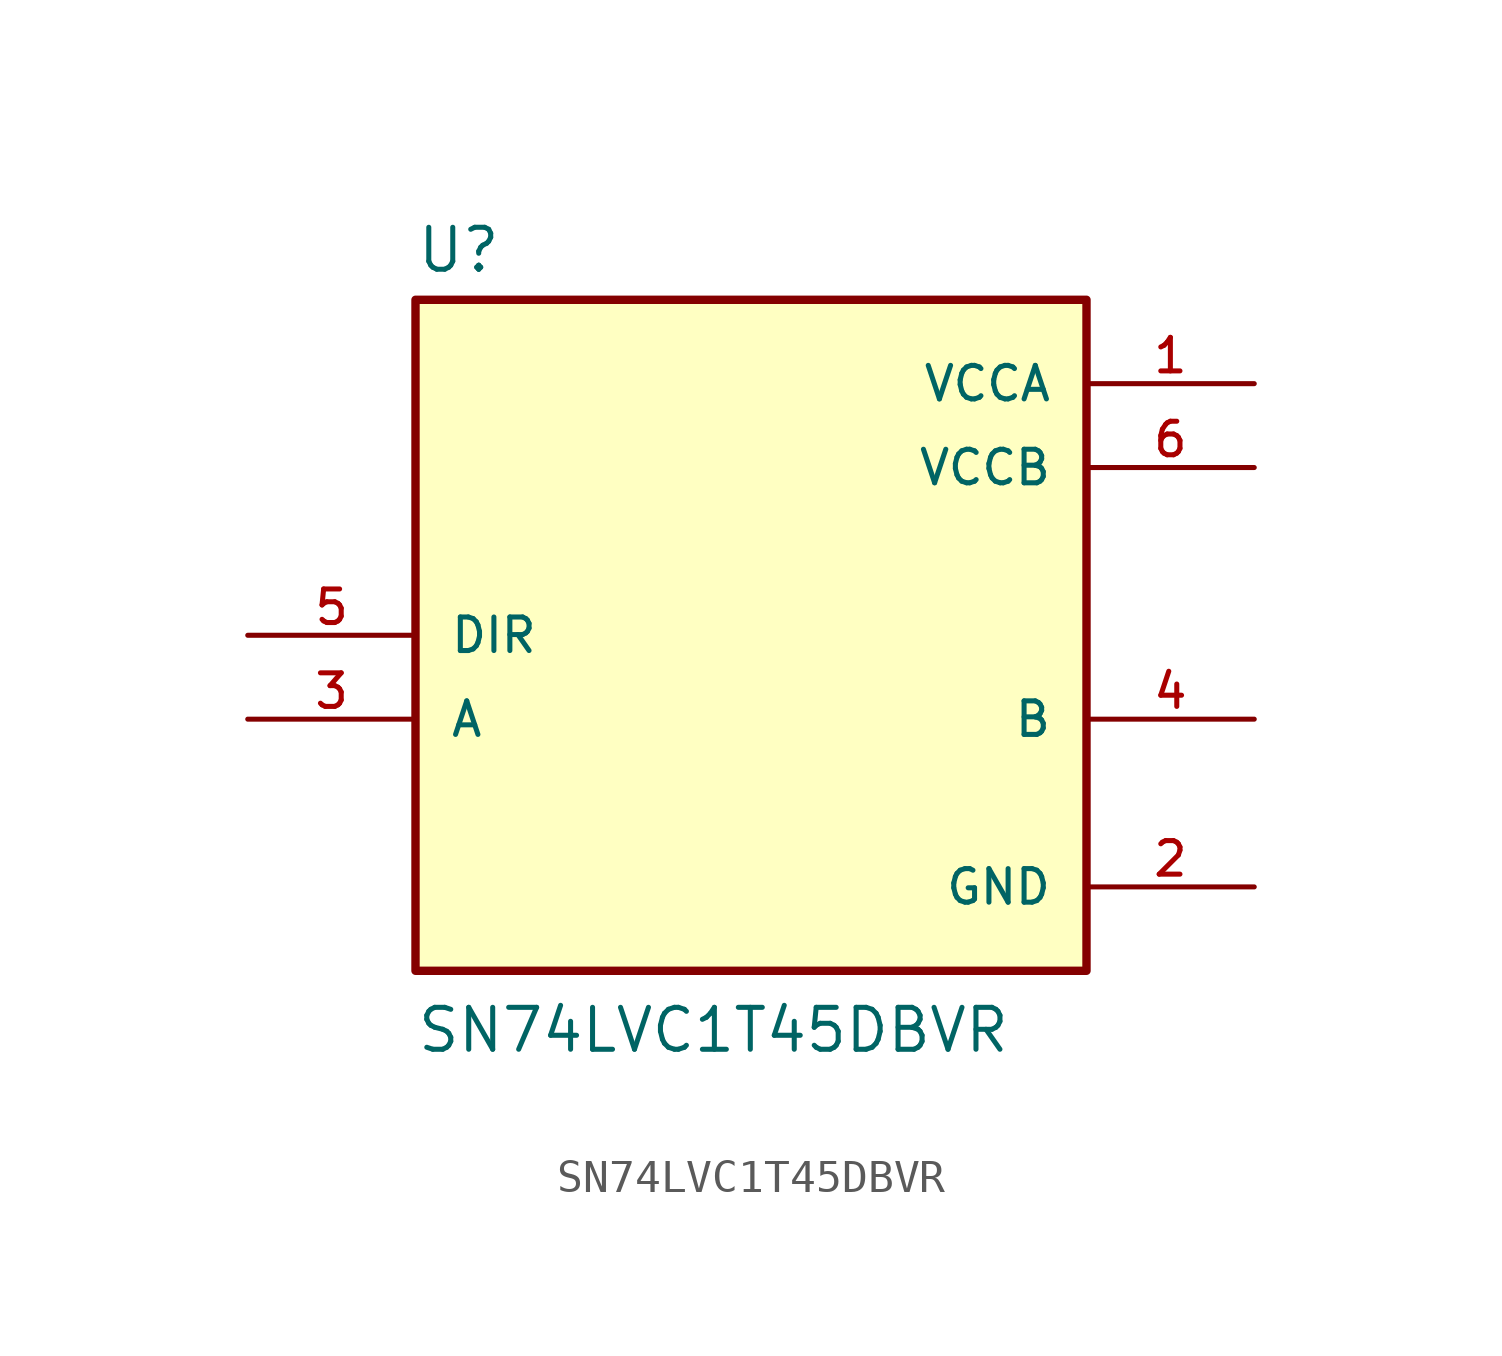
<source format=kicad_sym>
(kicad_symbol_lib
  (version 20220914)
  (generator kicad_symbol_editor)
  (symbol "SN74LVC1T45DBVR"
    (pin_names
      (offset 1.016))
    (property "Reference" "U"
      (at -10.16 10.922 0)
      (effects (font (size 1.27 1.27)) (justify left bottom)))
    (property "Value" "SN74LVC1T45DBVR"
      (at -10.16 -12.7 0)
      (effects (font (size 1.27 1.27)) (justify left bottom)))
    (symbol "SN74LVC1T45DBVR_0_0"
      (rectangle (start -10.16 -10.16) (end 10.16 10.16) (stroke (width 0.254) (type default)) (fill (type background)))
      (pin power_in line (at 15.24 7.62 180) (length 5.08) (name "VCCA" (effects (font (size 1.016 1.016)))) (number "1" (effects (font (size 1.016 1.016)))))
      (pin power_in line (at 15.24 -7.62 180) (length 5.08) (name "GND" (effects (font (size 1.016 1.016)))) (number "2" (effects (font (size 1.016 1.016)))))
      (pin input line (at -15.24 -2.54 0) (length 5.08) (name "A" (effects (font (size 1.016 1.016)))) (number "3" (effects (font (size 1.016 1.016)))))
      (pin output line (at 15.24 -2.54 180) (length 5.08) (name "B" (effects (font (size 1.016 1.016)))) (number "4" (effects (font (size 1.016 1.016)))))
      (pin input line (at -15.24 0 0) (length 5.08) (name "DIR" (effects (font (size 1.016 1.016)))) (number "5" (effects (font (size 1.016 1.016)))))
      (pin power_in line (at 15.24 5.08 180) (length 5.08) (name "VCCB" (effects (font (size 1.016 1.016)))) (number "6" (effects (font (size 1.016 1.016))))))))
</source>
